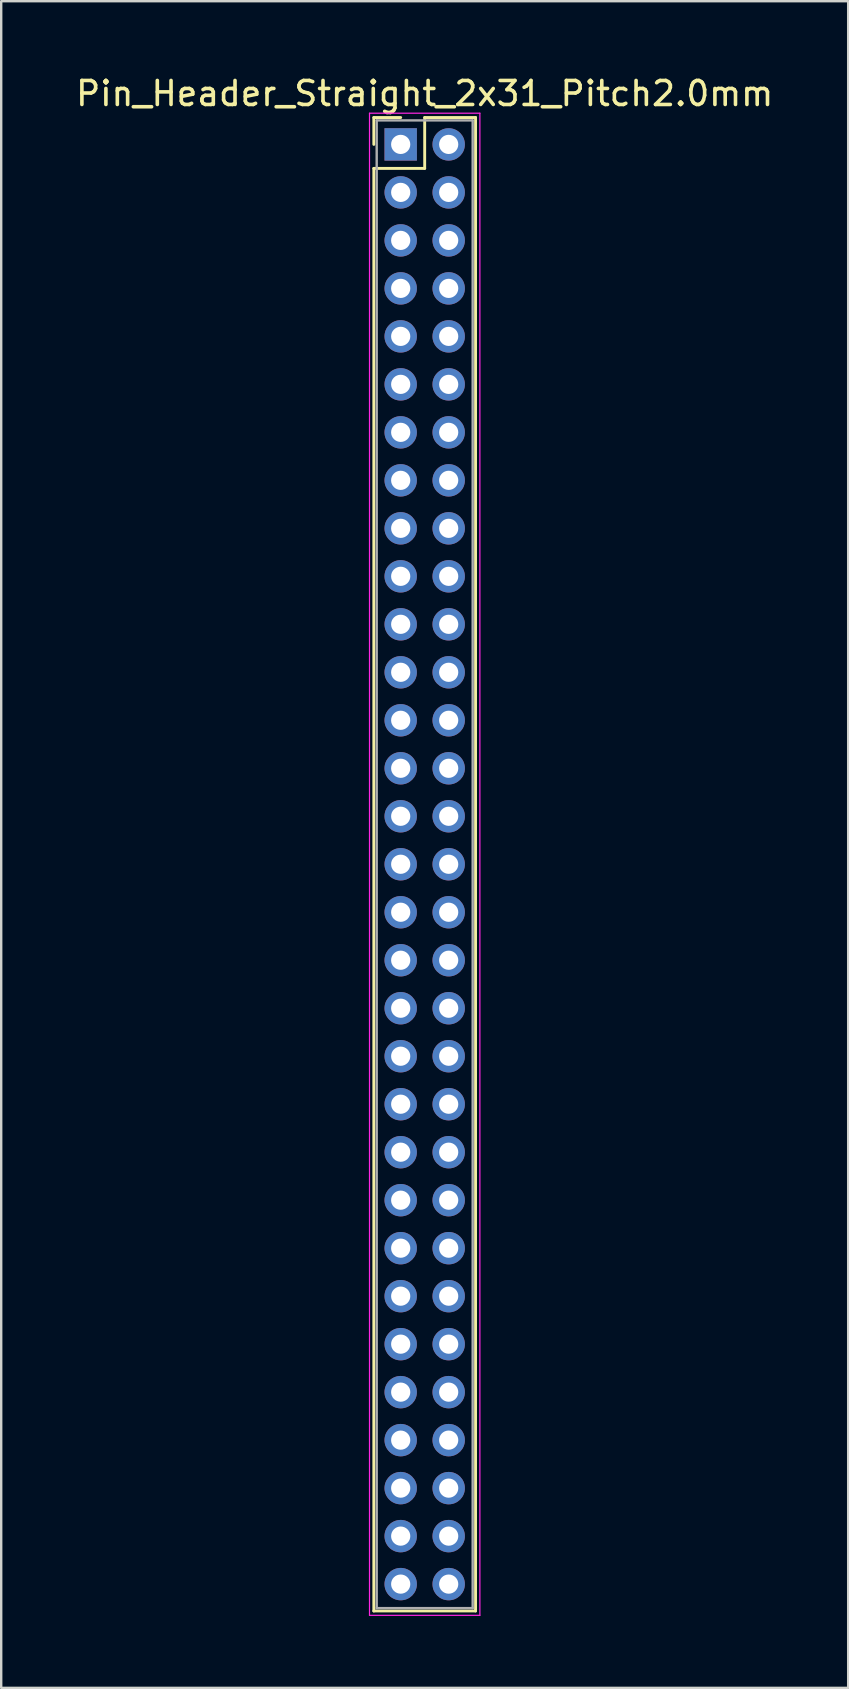
<source format=kicad_pcb>
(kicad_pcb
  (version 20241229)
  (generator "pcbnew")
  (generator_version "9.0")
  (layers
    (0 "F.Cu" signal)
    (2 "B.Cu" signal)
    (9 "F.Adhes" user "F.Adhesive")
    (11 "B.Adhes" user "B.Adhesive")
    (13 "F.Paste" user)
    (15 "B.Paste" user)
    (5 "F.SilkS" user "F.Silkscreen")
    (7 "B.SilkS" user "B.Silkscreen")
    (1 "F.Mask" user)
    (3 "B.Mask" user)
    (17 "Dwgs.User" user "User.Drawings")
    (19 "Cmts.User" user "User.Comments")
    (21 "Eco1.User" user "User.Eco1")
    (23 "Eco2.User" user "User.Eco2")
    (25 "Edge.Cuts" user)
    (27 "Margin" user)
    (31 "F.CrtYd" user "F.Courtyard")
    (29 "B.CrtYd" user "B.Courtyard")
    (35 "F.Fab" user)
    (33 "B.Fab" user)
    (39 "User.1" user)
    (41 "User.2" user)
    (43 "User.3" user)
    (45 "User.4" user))
  (footprint "Pin_Header_Straight_2x31_Pitch2.0mm"
    (layer "F.Cu")
    (at 13.649 2.968)
    (property "Reference" "Pin_Header_Straight_2x31_Pitch2.0mm" (at 1 -2.12 0) (layer "F.SilkS") (effects (font (size 1 1) (thickness 0.15))))
    (attr through_hole)
    (fp_line (start -1.12 -1.12) (end 0 -1.12) (stroke (width 0.12) (type solid)) (layer "F.SilkS"))
    (fp_line (start -1.12 0) (end -1.12 -1.12) (stroke (width 0.12) (type solid)) (layer "F.SilkS"))
    (fp_line (start -1.12 1) (end -1.12 61.12) (stroke (width 0.12) (type solid)) (layer "F.SilkS"))
    (fp_line (start -1.12 61.12) (end 3.12 61.12) (stroke (width 0.12) (type solid)) (layer "F.SilkS"))
    (fp_line (start 1 -1.12) (end 1 1) (stroke (width 0.12) (type solid)) (layer "F.SilkS"))
    (fp_line (start 1 1) (end -1.12 1) (stroke (width 0.12) (type solid)) (layer "F.SilkS"))
    (fp_line (start 3.12 -1.12) (end 1 -1.12) (stroke (width 0.12) (type solid)) (layer "F.SilkS"))
    (fp_line (start 3.12 61.12) (end 3.12 -1.12) (stroke (width 0.12) (type solid)) (layer "F.SilkS"))
    (fp_line (start -1.3 -1.3) (end -1.3 61.3) (stroke (width 0.05) (type solid)) (layer "F.CrtYd"))
    (fp_line (start -1.3 61.3) (end 3.3 61.3) (stroke (width 0.05) (type solid)) (layer "F.CrtYd"))
    (fp_line (start 3.3 -1.3) (end -1.3 -1.3) (stroke (width 0.05) (type solid)) (layer "F.CrtYd"))
    (fp_line (start 3.3 61.3) (end 3.3 -1.3) (stroke (width 0.05) (type solid)) (layer "F.CrtYd"))
    (fp_line (start -1 -1) (end -1 61) (stroke (width 0.1) (type solid)) (layer "F.Fab"))
    (fp_line (start -1 61) (end 3 61) (stroke (width 0.1) (type solid)) (layer "F.Fab"))
    (fp_line (start 3 -1) (end -1 -1) (stroke (width 0.1) (type solid)) (layer "F.Fab"))
    (fp_line (start 3 61) (end 3 -1) (stroke (width 0.1) (type solid)) (layer "F.Fab"))
    (pad "1" thru_hole rect (at 0 0) (size 1.35 1.35) (drill 0.8) (layers "*.Cu" "*.Mask"))
    (pad "2" thru_hole oval (at 2 0) (size 1.35 1.35) (drill 0.8) (layers "*.Cu" "*.Mask"))
    (pad "3" thru_hole oval (at 0 2) (size 1.35 1.35) (drill 0.8) (layers "*.Cu" "*.Mask"))
    (pad "4" thru_hole oval (at 2 2) (size 1.35 1.35) (drill 0.8) (layers "*.Cu" "*.Mask"))
    (pad "5" thru_hole oval (at 0 4) (size 1.35 1.35) (drill 0.8) (layers "*.Cu" "*.Mask"))
    (pad "6" thru_hole oval (at 2 4) (size 1.35 1.35) (drill 0.8) (layers "*.Cu" "*.Mask"))
    (pad "7" thru_hole oval (at 0 6) (size 1.35 1.35) (drill 0.8) (layers "*.Cu" "*.Mask"))
    (pad "8" thru_hole oval (at 2 6) (size 1.35 1.35) (drill 0.8) (layers "*.Cu" "*.Mask"))
    (pad "9" thru_hole oval (at 0 8) (size 1.35 1.35) (drill 0.8) (layers "*.Cu" "*.Mask"))
    (pad "10" thru_hole oval (at 2 8) (size 1.35 1.35) (drill 0.8) (layers "*.Cu" "*.Mask"))
    (pad "11" thru_hole oval (at 0 10) (size 1.35 1.35) (drill 0.8) (layers "*.Cu" "*.Mask"))
    (pad "12" thru_hole oval (at 2 10) (size 1.35 1.35) (drill 0.8) (layers "*.Cu" "*.Mask"))
    (pad "13" thru_hole oval (at 0 12) (size 1.35 1.35) (drill 0.8) (layers "*.Cu" "*.Mask"))
    (pad "14" thru_hole oval (at 2 12) (size 1.35 1.35) (drill 0.8) (layers "*.Cu" "*.Mask"))
    (pad "15" thru_hole oval (at 0 14) (size 1.35 1.35) (drill 0.8) (layers "*.Cu" "*.Mask"))
    (pad "16" thru_hole oval (at 2 14) (size 1.35 1.35) (drill 0.8) (layers "*.Cu" "*.Mask"))
    (pad "17" thru_hole oval (at 0 16) (size 1.35 1.35) (drill 0.8) (layers "*.Cu" "*.Mask"))
    (pad "18" thru_hole oval (at 2 16) (size 1.35 1.35) (drill 0.8) (layers "*.Cu" "*.Mask"))
    (pad "19" thru_hole oval (at 0 18) (size 1.35 1.35) (drill 0.8) (layers "*.Cu" "*.Mask"))
    (pad "20" thru_hole oval (at 2 18) (size 1.35 1.35) (drill 0.8) (layers "*.Cu" "*.Mask"))
    (pad "21" thru_hole oval (at 0 20) (size 1.35 1.35) (drill 0.8) (layers "*.Cu" "*.Mask"))
    (pad "22" thru_hole oval (at 2 20) (size 1.35 1.35) (drill 0.8) (layers "*.Cu" "*.Mask"))
    (pad "23" thru_hole oval (at 0 22) (size 1.35 1.35) (drill 0.8) (layers "*.Cu" "*.Mask"))
    (pad "24" thru_hole oval (at 2 22) (size 1.35 1.35) (drill 0.8) (layers "*.Cu" "*.Mask"))
    (pad "25" thru_hole oval (at 0 24) (size 1.35 1.35) (drill 0.8) (layers "*.Cu" "*.Mask"))
    (pad "26" thru_hole oval (at 2 24) (size 1.35 1.35) (drill 0.8) (layers "*.Cu" "*.Mask"))
    (pad "27" thru_hole oval (at 0 26) (size 1.35 1.35) (drill 0.8) (layers "*.Cu" "*.Mask"))
    (pad "28" thru_hole oval (at 2 26) (size 1.35 1.35) (drill 0.8) (layers "*.Cu" "*.Mask"))
    (pad "29" thru_hole oval (at 0 28) (size 1.35 1.35) (drill 0.8) (layers "*.Cu" "*.Mask"))
    (pad "30" thru_hole oval (at 2 28) (size 1.35 1.35) (drill 0.8) (layers "*.Cu" "*.Mask"))
    (pad "31" thru_hole oval (at 0 30) (size 1.35 1.35) (drill 0.8) (layers "*.Cu" "*.Mask"))
    (pad "32" thru_hole oval (at 2 30) (size 1.35 1.35) (drill 0.8) (layers "*.Cu" "*.Mask"))
    (pad "33" thru_hole oval (at 0 32) (size 1.35 1.35) (drill 0.8) (layers "*.Cu" "*.Mask"))
    (pad "34" thru_hole oval (at 2 32) (size 1.35 1.35) (drill 0.8) (layers "*.Cu" "*.Mask"))
    (pad "35" thru_hole oval (at 0 34) (size 1.35 1.35) (drill 0.8) (layers "*.Cu" "*.Mask"))
    (pad "36" thru_hole oval (at 2 34) (size 1.35 1.35) (drill 0.8) (layers "*.Cu" "*.Mask"))
    (pad "37" thru_hole oval (at 0 36) (size 1.35 1.35) (drill 0.8) (layers "*.Cu" "*.Mask"))
    (pad "38" thru_hole oval (at 2 36) (size 1.35 1.35) (drill 0.8) (layers "*.Cu" "*.Mask"))
    (pad "39" thru_hole oval (at 0 38) (size 1.35 1.35) (drill 0.8) (layers "*.Cu" "*.Mask"))
    (pad "40" thru_hole oval (at 2 38) (size 1.35 1.35) (drill 0.8) (layers "*.Cu" "*.Mask"))
    (pad "41" thru_hole oval (at 0 40) (size 1.35 1.35) (drill 0.8) (layers "*.Cu" "*.Mask"))
    (pad "42" thru_hole oval (at 2 40) (size 1.35 1.35) (drill 0.8) (layers "*.Cu" "*.Mask"))
    (pad "43" thru_hole oval (at 0 42) (size 1.35 1.35) (drill 0.8) (layers "*.Cu" "*.Mask"))
    (pad "44" thru_hole oval (at 2 42) (size 1.35 1.35) (drill 0.8) (layers "*.Cu" "*.Mask"))
    (pad "45" thru_hole oval (at 0 44) (size 1.35 1.35) (drill 0.8) (layers "*.Cu" "*.Mask"))
    (pad "46" thru_hole oval (at 2 44) (size 1.35 1.35) (drill 0.8) (layers "*.Cu" "*.Mask"))
    (pad "47" thru_hole oval (at 0 46) (size 1.35 1.35) (drill 0.8) (layers "*.Cu" "*.Mask"))
    (pad "48" thru_hole oval (at 2 46) (size 1.35 1.35) (drill 0.8) (layers "*.Cu" "*.Mask"))
    (pad "49" thru_hole oval (at 0 48) (size 1.35 1.35) (drill 0.8) (layers "*.Cu" "*.Mask"))
    (pad "50" thru_hole oval (at 2 48) (size 1.35 1.35) (drill 0.8) (layers "*.Cu" "*.Mask"))
    (pad "51" thru_hole oval (at 0 50) (size 1.35 1.35) (drill 0.8) (layers "*.Cu" "*.Mask"))
    (pad "52" thru_hole oval (at 2 50) (size 1.35 1.35) (drill 0.8) (layers "*.Cu" "*.Mask"))
    (pad "53" thru_hole oval (at 0 52) (size 1.35 1.35) (drill 0.8) (layers "*.Cu" "*.Mask"))
    (pad "54" thru_hole oval (at 2 52) (size 1.35 1.35) (drill 0.8) (layers "*.Cu" "*.Mask"))
    (pad "55" thru_hole oval (at 0 54) (size 1.35 1.35) (drill 0.8) (layers "*.Cu" "*.Mask"))
    (pad "56" thru_hole oval (at 2 54) (size 1.35 1.35) (drill 0.8) (layers "*.Cu" "*.Mask"))
    (pad "57" thru_hole oval (at 0 56) (size 1.35 1.35) (drill 0.8) (layers "*.Cu" "*.Mask"))
    (pad "58" thru_hole oval (at 2 56) (size 1.35 1.35) (drill 0.8) (layers "*.Cu" "*.Mask"))
    (pad "59" thru_hole oval (at 0 58) (size 1.35 1.35) (drill 0.8) (layers "*.Cu" "*.Mask"))
    (pad "60" thru_hole oval (at 2 58) (size 1.35 1.35) (drill 0.8) (layers "*.Cu" "*.Mask"))
    (pad "61" thru_hole oval (at 0 60) (size 1.35 1.35) (drill 0.8) (layers "*.Cu" "*.Mask"))
    (pad "62" thru_hole oval (at 2 60) (size 1.35 1.35) (drill 0.8) (layers "*.Cu" "*.Mask")))
  (gr_rect
    (start -3 -3)
    (end 32.298 67.293)
    (stroke (width 0.1) (type default))
    (fill no)
    (layer "Edge.Cuts")))
</source>
